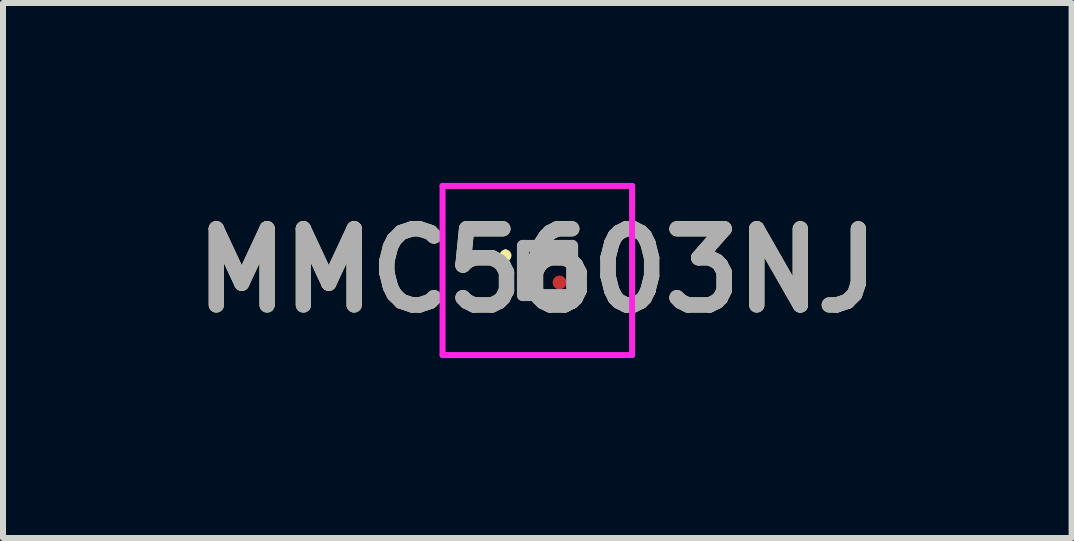
<source format=kicad_pcb>
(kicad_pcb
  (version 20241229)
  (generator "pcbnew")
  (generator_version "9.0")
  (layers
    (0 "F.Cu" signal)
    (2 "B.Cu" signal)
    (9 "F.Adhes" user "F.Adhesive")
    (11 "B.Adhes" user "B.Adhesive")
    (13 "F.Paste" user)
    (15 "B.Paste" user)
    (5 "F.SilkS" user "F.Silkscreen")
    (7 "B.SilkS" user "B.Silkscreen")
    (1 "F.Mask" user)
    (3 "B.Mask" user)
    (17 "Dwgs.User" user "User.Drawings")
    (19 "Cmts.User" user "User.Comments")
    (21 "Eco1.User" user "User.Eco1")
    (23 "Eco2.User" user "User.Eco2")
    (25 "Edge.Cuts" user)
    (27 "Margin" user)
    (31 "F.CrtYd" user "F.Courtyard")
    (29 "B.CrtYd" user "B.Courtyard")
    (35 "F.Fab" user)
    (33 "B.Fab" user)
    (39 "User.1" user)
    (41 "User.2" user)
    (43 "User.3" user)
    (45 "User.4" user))
  (footprint "MMC5603NJ"
    (layer "F.Cu")
    (at 6.079 1.46)
    (property "Reference" "MMC5603NJ" (at -0.17 0 0) (layer "F.SilkS") (effects (font (size 1.27 1.27) (thickness 0.254))))
    (attr smd)
    (fp_line (start -0.7 -0.3) (end -0.7 -0.3) (stroke (width 0.1) (type solid)) (layer "F.SilkS"))
    (fp_line (start -0.7 -0.2) (end -0.7 -0.2) (stroke (width 0.1) (type solid)) (layer "F.SilkS"))
    (fp_arc (start -0.7 -0.3) (mid -0.65 -0.25) (end -0.7 -0.2) (stroke (width 0.1) (type solid)) (layer "F.SilkS"))
    (fp_arc (start -0.7 -0.2) (mid -0.75 -0.25) (end -0.7 -0.3) (stroke (width 0.1) (type solid)) (layer "F.SilkS"))
    (fp_line (start -1.75 -1.41) (end 1.41 -1.41) (stroke (width 0.1) (type solid)) (layer "F.CrtYd"))
    (fp_line (start -1.75 1.41) (end -1.75 -1.41) (stroke (width 0.1) (type solid)) (layer "F.CrtYd"))
    (fp_line (start 1.41 -1.41) (end 1.41 1.41) (stroke (width 0.1) (type solid)) (layer "F.CrtYd"))
    (fp_line (start 1.41 1.41) (end -1.75 1.41) (stroke (width 0.1) (type solid)) (layer "F.CrtYd"))
    (fp_line (start -0.41 -0.41) (end 0.41 -0.41) (stroke (width 0.2) (type solid)) (layer "F.Fab"))
    (fp_line (start -0.41 0.41) (end -0.41 -0.41) (stroke (width 0.2) (type solid)) (layer "F.Fab"))
    (fp_line (start 0.41 -0.41) (end 0.41 0.41) (stroke (width 0.2) (type solid)) (layer "F.Fab"))
    (fp_line (start 0.41 0.41) (end -0.41 0.41) (stroke (width 0.2) (type solid)) (layer "F.Fab"))
    (fp_text user "${REFERENCE}" (at -0.17 0 0) (layer "F.Fab") (effects (font (size 1.27 1.27) (thickness 0.254))))
    (pad "A1" smd circle (at -0.2 -0.2 90) (size 0.23 0.23) (layers "F.Cu" "F.Mask" "F.Paste"))
    (pad "A2" smd circle (at 0.2 -0.2 90) (size 0.23 0.23) (layers "F.Cu" "F.Mask" "F.Paste"))
    (pad "B1" smd circle (at -0.2 0.2 90) (size 0.23 0.23) (layers "F.Cu" "F.Mask" "F.Paste"))
    (pad "B2" smd circle (at 0.2 0.2 90) (size 0.23 0.23) (layers "F.Cu" "F.Mask" "F.Paste")))
  (gr_rect
    (start -3 -3)
    (end 14.817 5.92)
    (stroke (width 0.1) (type default))
    (fill no)
    (layer "Edge.Cuts")))
</source>
